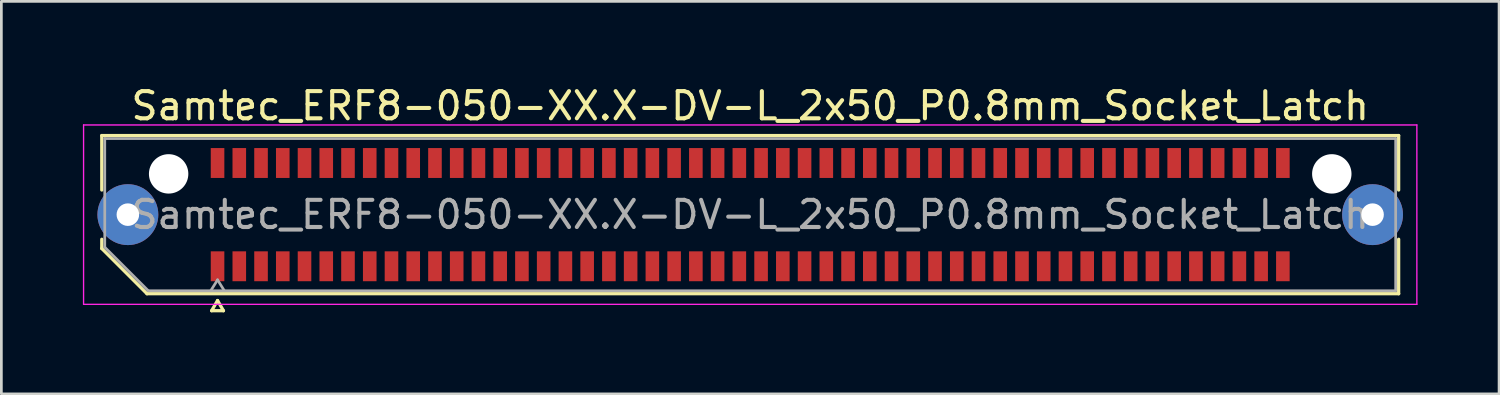
<source format=kicad_pcb>
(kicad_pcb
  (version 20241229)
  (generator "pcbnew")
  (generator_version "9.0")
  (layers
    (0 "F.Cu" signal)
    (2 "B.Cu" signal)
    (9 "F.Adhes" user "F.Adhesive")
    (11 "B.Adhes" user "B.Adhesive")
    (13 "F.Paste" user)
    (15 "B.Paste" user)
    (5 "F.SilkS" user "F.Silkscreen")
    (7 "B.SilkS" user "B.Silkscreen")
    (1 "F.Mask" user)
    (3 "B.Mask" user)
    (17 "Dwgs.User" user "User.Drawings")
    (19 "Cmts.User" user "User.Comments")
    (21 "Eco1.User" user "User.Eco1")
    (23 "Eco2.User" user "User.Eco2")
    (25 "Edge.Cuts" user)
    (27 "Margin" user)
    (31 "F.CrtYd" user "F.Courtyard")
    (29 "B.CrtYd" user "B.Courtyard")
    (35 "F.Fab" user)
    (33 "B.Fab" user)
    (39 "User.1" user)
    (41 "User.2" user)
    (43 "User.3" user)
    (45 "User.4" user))
  (footprint "Samtec_ERF8-050-XX.X-DV-L_2x50_P0.8mm_Socket_Latch"
    (layer "F.Cu")
    (at 24.555 4.848)
    (property "Reference" "Samtec_ERF8-050-XX.X-DV-L_2x50_P0.8mm_Socket_Latch" (at 0 -4 0) (layer "F.SilkS") (effects (font (size 1 1) (thickness 0.15))))
    (attr smd)
    (fp_line (start -23.86 -2.91) (end 23.86 -2.91) (stroke (width 0.12) (type solid)) (layer "F.SilkS"))
    (fp_line (start -23.86 -0.906) (end -23.86 -2.91) (stroke (width 0.12) (type solid)) (layer "F.SilkS"))
    (fp_line (start -23.86 1.246) (end -23.86 0.906) (stroke (width 0.12) (type solid)) (layer "F.SilkS"))
    (fp_line (start -22.196 2.91) (end -23.86 1.246) (stroke (width 0.12) (type solid)) (layer "F.SilkS"))
    (fp_line (start -19.817 3.535) (end -19.6 3.16) (stroke (width 0.12) (type solid)) (layer "F.SilkS"))
    (fp_line (start -19.6 3.16) (end -19.383 3.535) (stroke (width 0.12) (type solid)) (layer "F.SilkS"))
    (fp_line (start -19.383 3.535) (end -19.817 3.535) (stroke (width 0.12) (type solid)) (layer "F.SilkS"))
    (fp_line (start 23.86 -2.91) (end 23.86 -0.906) (stroke (width 0.12) (type solid)) (layer "F.SilkS"))
    (fp_line (start 23.86 0.906) (end 23.86 2.91) (stroke (width 0.12) (type solid)) (layer "F.SilkS"))
    (fp_line (start 23.86 2.91) (end -22.196 2.91) (stroke (width 0.12) (type solid)) (layer "F.SilkS"))
    (fp_line (start -24.53 -3.3) (end -24.53 3.3) (stroke (width 0.05) (type solid)) (layer "F.CrtYd"))
    (fp_line (start -24.53 3.3) (end 24.53 3.3) (stroke (width 0.05) (type solid)) (layer "F.CrtYd"))
    (fp_line (start 24.53 -3.3) (end -24.53 -3.3) (stroke (width 0.05) (type solid)) (layer "F.CrtYd"))
    (fp_line (start 24.53 3.3) (end 24.53 -3.3) (stroke (width 0.05) (type solid)) (layer "F.CrtYd"))
    (fp_line (start -23.75 -2.8) (end 23.75 -2.8) (stroke (width 0.1) (type solid)) (layer "F.Fab"))
    (fp_line (start -23.75 1.2) (end -23.75 -2.8) (stroke (width 0.1) (type solid)) (layer "F.Fab"))
    (fp_line (start -22.15 2.8) (end -23.75 1.2) (stroke (width 0.1) (type solid)) (layer "F.Fab"))
    (fp_line (start -19.6 2.4) (end -19.85 2.8) (stroke (width 0.1) (type solid)) (layer "F.Fab"))
    (fp_line (start -19.6 2.4) (end -19.35 2.8) (stroke (width 0.1) (type solid)) (layer "F.Fab"))
    (fp_line (start 23.75 -2.8) (end 23.75 2.8) (stroke (width 0.1) (type solid)) (layer "F.Fab"))
    (fp_line (start 23.75 2.8) (end -22.15 2.8) (stroke (width 0.1) (type solid)) (layer "F.Fab"))
    (fp_text user "${REFERENCE}" (at 0 0 0) (layer "F.Fab") (effects (font (size 1 1) (thickness 0.15))))
    (pad "" thru_hole circle (at -22.9 0) (size 2.24 2.24) (drill 0.83) (layers "*.Cu" "*.Mask" "F.Paste"))
    (pad "" np_thru_hole circle (at -21.4 -1.5) (size 1.45 1.45) (drill 1.45) (layers "*.Cu" "*.Mask"))
    (pad "" np_thru_hole circle (at 21.4 -1.5) (size 1.45 1.45) (drill 1.45) (layers "*.Cu" "*.Mask"))
    (pad "" thru_hole circle (at 22.9 0) (size 2.24 2.24) (drill 0.83) (layers "*.Cu" "*.Mask" "F.Paste"))
    (pad "1" smd rect (at -19.6 1.9) (size 0.5 1.1) (layers "F.Cu" "F.Mask" "F.Paste"))
    (pad "2" smd rect (at -19.6 -1.9) (size 0.5 1.1) (layers "F.Cu" "F.Mask" "F.Paste"))
    (pad "3" smd rect (at -18.8 1.9) (size 0.5 1.1) (layers "F.Cu" "F.Mask" "F.Paste"))
    (pad "4" smd rect (at -18.8 -1.9) (size 0.5 1.1) (layers "F.Cu" "F.Mask" "F.Paste"))
    (pad "5" smd rect (at -18 1.9) (size 0.5 1.1) (layers "F.Cu" "F.Mask" "F.Paste"))
    (pad "6" smd rect (at -18 -1.9) (size 0.5 1.1) (layers "F.Cu" "F.Mask" "F.Paste"))
    (pad "7" smd rect (at -17.2 1.9) (size 0.5 1.1) (layers "F.Cu" "F.Mask" "F.Paste"))
    (pad "8" smd rect (at -17.2 -1.9) (size 0.5 1.1) (layers "F.Cu" "F.Mask" "F.Paste"))
    (pad "9" smd rect (at -16.4 1.9) (size 0.5 1.1) (layers "F.Cu" "F.Mask" "F.Paste"))
    (pad "10" smd rect (at -16.4 -1.9) (size 0.5 1.1) (layers "F.Cu" "F.Mask" "F.Paste"))
    (pad "11" smd rect (at -15.6 1.9) (size 0.5 1.1) (layers "F.Cu" "F.Mask" "F.Paste"))
    (pad "12" smd rect (at -15.6 -1.9) (size 0.5 1.1) (layers "F.Cu" "F.Mask" "F.Paste"))
    (pad "13" smd rect (at -14.8 1.9) (size 0.5 1.1) (layers "F.Cu" "F.Mask" "F.Paste"))
    (pad "14" smd rect (at -14.8 -1.9) (size 0.5 1.1) (layers "F.Cu" "F.Mask" "F.Paste"))
    (pad "15" smd rect (at -14 1.9) (size 0.5 1.1) (layers "F.Cu" "F.Mask" "F.Paste"))
    (pad "16" smd rect (at -14 -1.9) (size 0.5 1.1) (layers "F.Cu" "F.Mask" "F.Paste"))
    (pad "17" smd rect (at -13.2 1.9) (size 0.5 1.1) (layers "F.Cu" "F.Mask" "F.Paste"))
    (pad "18" smd rect (at -13.2 -1.9) (size 0.5 1.1) (layers "F.Cu" "F.Mask" "F.Paste"))
    (pad "19" smd rect (at -12.4 1.9) (size 0.5 1.1) (layers "F.Cu" "F.Mask" "F.Paste"))
    (pad "20" smd rect (at -12.4 -1.9) (size 0.5 1.1) (layers "F.Cu" "F.Mask" "F.Paste"))
    (pad "21" smd rect (at -11.6 1.9) (size 0.5 1.1) (layers "F.Cu" "F.Mask" "F.Paste"))
    (pad "22" smd rect (at -11.6 -1.9) (size 0.5 1.1) (layers "F.Cu" "F.Mask" "F.Paste"))
    (pad "23" smd rect (at -10.8 1.9) (size 0.5 1.1) (layers "F.Cu" "F.Mask" "F.Paste"))
    (pad "24" smd rect (at -10.8 -1.9) (size 0.5 1.1) (layers "F.Cu" "F.Mask" "F.Paste"))
    (pad "25" smd rect (at -10 1.9) (size 0.5 1.1) (layers "F.Cu" "F.Mask" "F.Paste"))
    (pad "26" smd rect (at -10 -1.9) (size 0.5 1.1) (layers "F.Cu" "F.Mask" "F.Paste"))
    (pad "27" smd rect (at -9.2 1.9) (size 0.5 1.1) (layers "F.Cu" "F.Mask" "F.Paste"))
    (pad "28" smd rect (at -9.2 -1.9) (size 0.5 1.1) (layers "F.Cu" "F.Mask" "F.Paste"))
    (pad "29" smd rect (at -8.4 1.9) (size 0.5 1.1) (layers "F.Cu" "F.Mask" "F.Paste"))
    (pad "30" smd rect (at -8.4 -1.9) (size 0.5 1.1) (layers "F.Cu" "F.Mask" "F.Paste"))
    (pad "31" smd rect (at -7.6 1.9) (size 0.5 1.1) (layers "F.Cu" "F.Mask" "F.Paste"))
    (pad "32" smd rect (at -7.6 -1.9) (size 0.5 1.1) (layers "F.Cu" "F.Mask" "F.Paste"))
    (pad "33" smd rect (at -6.8 1.9) (size 0.5 1.1) (layers "F.Cu" "F.Mask" "F.Paste"))
    (pad "34" smd rect (at -6.8 -1.9) (size 0.5 1.1) (layers "F.Cu" "F.Mask" "F.Paste"))
    (pad "35" smd rect (at -6 1.9) (size 0.5 1.1) (layers "F.Cu" "F.Mask" "F.Paste"))
    (pad "36" smd rect (at -6 -1.9) (size 0.5 1.1) (layers "F.Cu" "F.Mask" "F.Paste"))
    (pad "37" smd rect (at -5.2 1.9) (size 0.5 1.1) (layers "F.Cu" "F.Mask" "F.Paste"))
    (pad "38" smd rect (at -5.2 -1.9) (size 0.5 1.1) (layers "F.Cu" "F.Mask" "F.Paste"))
    (pad "39" smd rect (at -4.4 1.9) (size 0.5 1.1) (layers "F.Cu" "F.Mask" "F.Paste"))
    (pad "40" smd rect (at -4.4 -1.9) (size 0.5 1.1) (layers "F.Cu" "F.Mask" "F.Paste"))
    (pad "41" smd rect (at -3.6 1.9) (size 0.5 1.1) (layers "F.Cu" "F.Mask" "F.Paste"))
    (pad "42" smd rect (at -3.6 -1.9) (size 0.5 1.1) (layers "F.Cu" "F.Mask" "F.Paste"))
    (pad "43" smd rect (at -2.8 1.9) (size 0.5 1.1) (layers "F.Cu" "F.Mask" "F.Paste"))
    (pad "44" smd rect (at -2.8 -1.9) (size 0.5 1.1) (layers "F.Cu" "F.Mask" "F.Paste"))
    (pad "45" smd rect (at -2 1.9) (size 0.5 1.1) (layers "F.Cu" "F.Mask" "F.Paste"))
    (pad "46" smd rect (at -2 -1.9) (size 0.5 1.1) (layers "F.Cu" "F.Mask" "F.Paste"))
    (pad "47" smd rect (at -1.2 1.9) (size 0.5 1.1) (layers "F.Cu" "F.Mask" "F.Paste"))
    (pad "48" smd rect (at -1.2 -1.9) (size 0.5 1.1) (layers "F.Cu" "F.Mask" "F.Paste"))
    (pad "49" smd rect (at -0.4 1.9) (size 0.5 1.1) (layers "F.Cu" "F.Mask" "F.Paste"))
    (pad "50" smd rect (at -0.4 -1.9) (size 0.5 1.1) (layers "F.Cu" "F.Mask" "F.Paste"))
    (pad "51" smd rect (at 0.4 1.9) (size 0.5 1.1) (layers "F.Cu" "F.Mask" "F.Paste"))
    (pad "52" smd rect (at 0.4 -1.9) (size 0.5 1.1) (layers "F.Cu" "F.Mask" "F.Paste"))
    (pad "53" smd rect (at 1.2 1.9) (size 0.5 1.1) (layers "F.Cu" "F.Mask" "F.Paste"))
    (pad "54" smd rect (at 1.2 -1.9) (size 0.5 1.1) (layers "F.Cu" "F.Mask" "F.Paste"))
    (pad "55" smd rect (at 2 1.9) (size 0.5 1.1) (layers "F.Cu" "F.Mask" "F.Paste"))
    (pad "56" smd rect (at 2 -1.9) (size 0.5 1.1) (layers "F.Cu" "F.Mask" "F.Paste"))
    (pad "57" smd rect (at 2.8 1.9) (size 0.5 1.1) (layers "F.Cu" "F.Mask" "F.Paste"))
    (pad "58" smd rect (at 2.8 -1.9) (size 0.5 1.1) (layers "F.Cu" "F.Mask" "F.Paste"))
    (pad "59" smd rect (at 3.6 1.9) (size 0.5 1.1) (layers "F.Cu" "F.Mask" "F.Paste"))
    (pad "60" smd rect (at 3.6 -1.9) (size 0.5 1.1) (layers "F.Cu" "F.Mask" "F.Paste"))
    (pad "61" smd rect (at 4.4 1.9) (size 0.5 1.1) (layers "F.Cu" "F.Mask" "F.Paste"))
    (pad "62" smd rect (at 4.4 -1.9) (size 0.5 1.1) (layers "F.Cu" "F.Mask" "F.Paste"))
    (pad "63" smd rect (at 5.2 1.9) (size 0.5 1.1) (layers "F.Cu" "F.Mask" "F.Paste"))
    (pad "64" smd rect (at 5.2 -1.9) (size 0.5 1.1) (layers "F.Cu" "F.Mask" "F.Paste"))
    (pad "65" smd rect (at 6 1.9) (size 0.5 1.1) (layers "F.Cu" "F.Mask" "F.Paste"))
    (pad "66" smd rect (at 6 -1.9) (size 0.5 1.1) (layers "F.Cu" "F.Mask" "F.Paste"))
    (pad "67" smd rect (at 6.8 1.9) (size 0.5 1.1) (layers "F.Cu" "F.Mask" "F.Paste"))
    (pad "68" smd rect (at 6.8 -1.9) (size 0.5 1.1) (layers "F.Cu" "F.Mask" "F.Paste"))
    (pad "69" smd rect (at 7.6 1.9) (size 0.5 1.1) (layers "F.Cu" "F.Mask" "F.Paste"))
    (pad "70" smd rect (at 7.6 -1.9) (size 0.5 1.1) (layers "F.Cu" "F.Mask" "F.Paste"))
    (pad "71" smd rect (at 8.4 1.9) (size 0.5 1.1) (layers "F.Cu" "F.Mask" "F.Paste"))
    (pad "72" smd rect (at 8.4 -1.9) (size 0.5 1.1) (layers "F.Cu" "F.Mask" "F.Paste"))
    (pad "73" smd rect (at 9.2 1.9) (size 0.5 1.1) (layers "F.Cu" "F.Mask" "F.Paste"))
    (pad "74" smd rect (at 9.2 -1.9) (size 0.5 1.1) (layers "F.Cu" "F.Mask" "F.Paste"))
    (pad "75" smd rect (at 10 1.9) (size 0.5 1.1) (layers "F.Cu" "F.Mask" "F.Paste"))
    (pad "76" smd rect (at 10 -1.9) (size 0.5 1.1) (layers "F.Cu" "F.Mask" "F.Paste"))
    (pad "77" smd rect (at 10.8 1.9) (size 0.5 1.1) (layers "F.Cu" "F.Mask" "F.Paste"))
    (pad "78" smd rect (at 10.8 -1.9) (size 0.5 1.1) (layers "F.Cu" "F.Mask" "F.Paste"))
    (pad "79" smd rect (at 11.6 1.9) (size 0.5 1.1) (layers "F.Cu" "F.Mask" "F.Paste"))
    (pad "80" smd rect (at 11.6 -1.9) (size 0.5 1.1) (layers "F.Cu" "F.Mask" "F.Paste"))
    (pad "81" smd rect (at 12.4 1.9) (size 0.5 1.1) (layers "F.Cu" "F.Mask" "F.Paste"))
    (pad "82" smd rect (at 12.4 -1.9) (size 0.5 1.1) (layers "F.Cu" "F.Mask" "F.Paste"))
    (pad "83" smd rect (at 13.2 1.9) (size 0.5 1.1) (layers "F.Cu" "F.Mask" "F.Paste"))
    (pad "84" smd rect (at 13.2 -1.9) (size 0.5 1.1) (layers "F.Cu" "F.Mask" "F.Paste"))
    (pad "85" smd rect (at 14 1.9) (size 0.5 1.1) (layers "F.Cu" "F.Mask" "F.Paste"))
    (pad "86" smd rect (at 14 -1.9) (size 0.5 1.1) (layers "F.Cu" "F.Mask" "F.Paste"))
    (pad "87" smd rect (at 14.8 1.9) (size 0.5 1.1) (layers "F.Cu" "F.Mask" "F.Paste"))
    (pad "88" smd rect (at 14.8 -1.9) (size 0.5 1.1) (layers "F.Cu" "F.Mask" "F.Paste"))
    (pad "89" smd rect (at 15.6 1.9) (size 0.5 1.1) (layers "F.Cu" "F.Mask" "F.Paste"))
    (pad "90" smd rect (at 15.6 -1.9) (size 0.5 1.1) (layers "F.Cu" "F.Mask" "F.Paste"))
    (pad "91" smd rect (at 16.4 1.9) (size 0.5 1.1) (layers "F.Cu" "F.Mask" "F.Paste"))
    (pad "92" smd rect (at 16.4 -1.9) (size 0.5 1.1) (layers "F.Cu" "F.Mask" "F.Paste"))
    (pad "93" smd rect (at 17.2 1.9) (size 0.5 1.1) (layers "F.Cu" "F.Mask" "F.Paste"))
    (pad "94" smd rect (at 17.2 -1.9) (size 0.5 1.1) (layers "F.Cu" "F.Mask" "F.Paste"))
    (pad "95" smd rect (at 18 1.9) (size 0.5 1.1) (layers "F.Cu" "F.Mask" "F.Paste"))
    (pad "96" smd rect (at 18 -1.9) (size 0.5 1.1) (layers "F.Cu" "F.Mask" "F.Paste"))
    (pad "97" smd rect (at 18.8 1.9) (size 0.5 1.1) (layers "F.Cu" "F.Mask" "F.Paste"))
    (pad "98" smd rect (at 18.8 -1.9) (size 0.5 1.1) (layers "F.Cu" "F.Mask" "F.Paste"))
    (pad "99" smd rect (at 19.6 1.9) (size 0.5 1.1) (layers "F.Cu" "F.Mask" "F.Paste"))
    (pad "100" smd rect (at 19.6 -1.9) (size 0.5 1.1) (layers "F.Cu" "F.Mask" "F.Paste")))
  (gr_rect
    (start -3 -3)
    (end 52.11 11.443)
    (stroke (width 0.1) (type default))
    (fill no)
    (layer "Edge.Cuts")))
</source>
